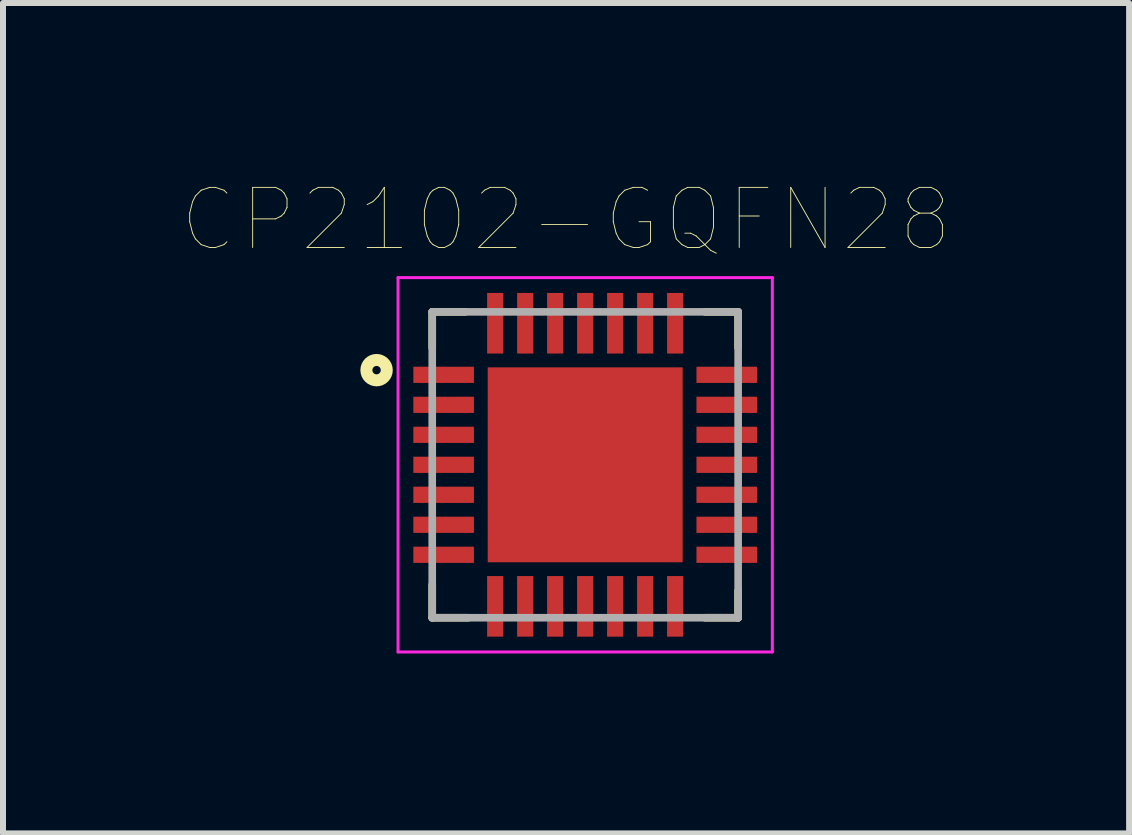
<source format=kicad_pcb>
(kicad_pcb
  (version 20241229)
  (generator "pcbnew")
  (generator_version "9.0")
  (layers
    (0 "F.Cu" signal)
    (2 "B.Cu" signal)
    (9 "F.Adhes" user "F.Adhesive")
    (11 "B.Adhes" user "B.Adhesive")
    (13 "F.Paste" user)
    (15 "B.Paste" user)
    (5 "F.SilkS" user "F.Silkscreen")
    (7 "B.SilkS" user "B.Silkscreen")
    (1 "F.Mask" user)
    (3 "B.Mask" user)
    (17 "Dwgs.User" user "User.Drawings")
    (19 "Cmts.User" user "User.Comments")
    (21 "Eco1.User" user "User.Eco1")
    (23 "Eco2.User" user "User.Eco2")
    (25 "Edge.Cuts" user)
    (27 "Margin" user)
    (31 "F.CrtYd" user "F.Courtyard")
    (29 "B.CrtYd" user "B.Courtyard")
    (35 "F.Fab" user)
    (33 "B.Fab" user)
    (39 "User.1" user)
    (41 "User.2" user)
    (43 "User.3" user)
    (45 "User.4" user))
  (footprint "CP2102-GQFN28"
    (layer "F.Cu")
    (at 6.706 4.699)
    (property "Reference" "CP2102-GQFN28" (at -0.319 -4.086 0) (layer "F.SilkS") (effects (font (size 1.002 1.002) (thickness 0.015))))
    (attr through_hole)
    (fp_line (start -2.55 -2.55) (end -2.55 -1.95) (stroke (width 0.127) (type solid)) (layer "F.SilkS"))
    (fp_line (start -2.55 2) (end -2.55 2.55) (stroke (width 0.127) (type solid)) (layer "F.SilkS"))
    (fp_line (start -2.55 2.55) (end -1.95 2.55) (stroke (width 0.127) (type solid)) (layer "F.SilkS"))
    (fp_line (start -2 -2.55) (end -2.55 -2.55) (stroke (width 0.127) (type solid)) (layer "F.SilkS"))
    (fp_line (start 2 -2.55) (end 2.55 -2.55) (stroke (width 0.127) (type solid)) (layer "F.SilkS"))
    (fp_line (start 2.55 -2.55) (end 2.55 -1.95) (stroke (width 0.127) (type solid)) (layer "F.SilkS"))
    (fp_line (start 2.55 2.1) (end 2.55 2.55) (stroke (width 0.127) (type solid)) (layer "F.SilkS"))
    (fp_line (start 2.55 2.55) (end 2 2.55) (stroke (width 0.127) (type solid)) (layer "F.SilkS"))
    (fp_circle (center -3.478 -1.578) (end -3.408 -1.578) (stroke (width 0.2) (type solid)) (fill no) (layer "F.SilkS"))
    (fp_poly (pts (xy -1.332 -1.33) (xy -0.18 -1.33) (xy -0.18 -0.18) (xy -1.332 -0.18)) (stroke (width 0.01) (type solid)) (fill yes) (layer "F.Paste"))
    (fp_poly (pts (xy -1.331 0.18) (xy -0.18 0.18) (xy -0.18 1.331) (xy -1.331 1.331)) (stroke (width 0.01) (type solid)) (fill yes) (layer "F.Paste"))
    (fp_poly (pts (xy 0.18 -1.33) (xy 1.33 -1.33) (xy 1.33 -0.18) (xy 0.18 -0.18)) (stroke (width 0.01) (type solid)) (fill yes) (layer "F.Paste"))
    (fp_poly (pts (xy 0.18 0.18) (xy 1.33 0.18) (xy 1.33 1.332) (xy 0.18 1.332)) (stroke (width 0.01) (type solid)) (fill yes) (layer "F.Paste"))
    (fp_line (start -3.12 -3.12) (end 3.12 -3.12) (stroke (width 0.05) (type solid)) (layer "F.CrtYd"))
    (fp_line (start -3.12 3.12) (end -3.12 -3.12) (stroke (width 0.05) (type solid)) (layer "F.CrtYd"))
    (fp_line (start 3.12 -3.12) (end 3.12 3.12) (stroke (width 0.05) (type solid)) (layer "F.CrtYd"))
    (fp_line (start 3.12 3.12) (end -3.12 3.12) (stroke (width 0.05) (type solid)) (layer "F.CrtYd"))
    (fp_line (start -2.55 -2.55) (end 2.55 -2.55) (stroke (width 0.127) (type solid)) (layer "F.Fab"))
    (fp_line (start -2.55 2.55) (end -2.55 -2.55) (stroke (width 0.127) (type solid)) (layer "F.Fab"))
    (fp_line (start 2.55 -2.55) (end 2.55 2.55) (stroke (width 0.127) (type solid)) (layer "F.Fab"))
    (fp_line (start 2.55 2.55) (end -2.55 2.55) (stroke (width 0.127) (type solid)) (layer "F.Fab"))
    (pad "1" smd rect (at -2.36 -1.5) (size 1.01 0.27) (layers "F.Cu" "F.Mask" "F.Paste"))
    (pad "2" smd rect (at -2.36 -1) (size 1.01 0.27) (layers "F.Cu" "F.Mask" "F.Paste"))
    (pad "3" smd rect (at -2.36 -0.5) (size 1.01 0.27) (layers "F.Cu" "F.Mask" "F.Paste"))
    (pad "4" smd rect (at -2.36 0) (size 1.01 0.27) (layers "F.Cu" "F.Mask" "F.Paste"))
    (pad "5" smd rect (at -2.36 0.5) (size 1.01 0.27) (layers "F.Cu" "F.Mask" "F.Paste"))
    (pad "6" smd rect (at -2.36 1) (size 1.01 0.27) (layers "F.Cu" "F.Mask" "F.Paste"))
    (pad "7" smd rect (at -2.36 1.5) (size 1.01 0.27) (layers "F.Cu" "F.Mask" "F.Paste"))
    (pad "8" smd rect (at -1.5 2.36) (size 0.27 1.01) (layers "F.Cu" "F.Mask" "F.Paste"))
    (pad "9" smd rect (at -1 2.36) (size 0.27 1.01) (layers "F.Cu" "F.Mask" "F.Paste"))
    (pad "10" smd rect (at -0.5 2.36) (size 0.27 1.01) (layers "F.Cu" "F.Mask" "F.Paste"))
    (pad "11" smd rect (at 0 2.36) (size 0.27 1.01) (layers "F.Cu" "F.Mask" "F.Paste"))
    (pad "12" smd rect (at 0.5 2.36) (size 0.27 1.01) (layers "F.Cu" "F.Mask" "F.Paste"))
    (pad "13" smd rect (at 1 2.36) (size 0.27 1.01) (layers "F.Cu" "F.Mask" "F.Paste"))
    (pad "14" smd rect (at 1.5 2.36) (size 0.27 1.01) (layers "F.Cu" "F.Mask" "F.Paste"))
    (pad "15" smd rect (at 2.36 1.5) (size 1.01 0.27) (layers "F.Cu" "F.Mask" "F.Paste"))
    (pad "16" smd rect (at 2.36 1) (size 1.01 0.27) (layers "F.Cu" "F.Mask" "F.Paste"))
    (pad "17" smd rect (at 2.36 0.5) (size 1.01 0.27) (layers "F.Cu" "F.Mask" "F.Paste"))
    (pad "18" smd rect (at 2.36 0) (size 1.01 0.27) (layers "F.Cu" "F.Mask" "F.Paste"))
    (pad "19" smd rect (at 2.36 -0.5) (size 1.01 0.27) (layers "F.Cu" "F.Mask" "F.Paste"))
    (pad "20" smd rect (at 2.36 -1) (size 1.01 0.27) (layers "F.Cu" "F.Mask" "F.Paste"))
    (pad "21" smd rect (at 2.36 -1.5) (size 1.01 0.27) (layers "F.Cu" "F.Mask" "F.Paste"))
    (pad "22" smd rect (at 1.5 -2.36) (size 0.27 1.01) (layers "F.Cu" "F.Mask" "F.Paste"))
    (pad "23" smd rect (at 1 -2.36) (size 0.27 1.01) (layers "F.Cu" "F.Mask" "F.Paste"))
    (pad "24" smd rect (at 0.5 -2.36) (size 0.27 1.01) (layers "F.Cu" "F.Mask" "F.Paste"))
    (pad "25" smd rect (at 0 -2.36) (size 0.27 1.01) (layers "F.Cu" "F.Mask" "F.Paste"))
    (pad "26" smd rect (at -0.5 -2.36) (size 0.27 1.01) (layers "F.Cu" "F.Mask" "F.Paste"))
    (pad "27" smd rect (at -1 -2.36) (size 0.27 1.01) (layers "F.Cu" "F.Mask" "F.Paste"))
    (pad "28" smd rect (at -1.5 -2.36) (size 0.27 1.01) (layers "F.Cu" "F.Mask" "F.Paste"))
    (pad "29" smd rect (at 0 0) (size 3.25 3.25) (layers "F.Cu" "F.Mask")))
  (gr_rect
    (start -3 -3)
    (end 15.774 10.844)
    (stroke (width 0.1) (type default))
    (fill no)
    (layer "Edge.Cuts")))
</source>
